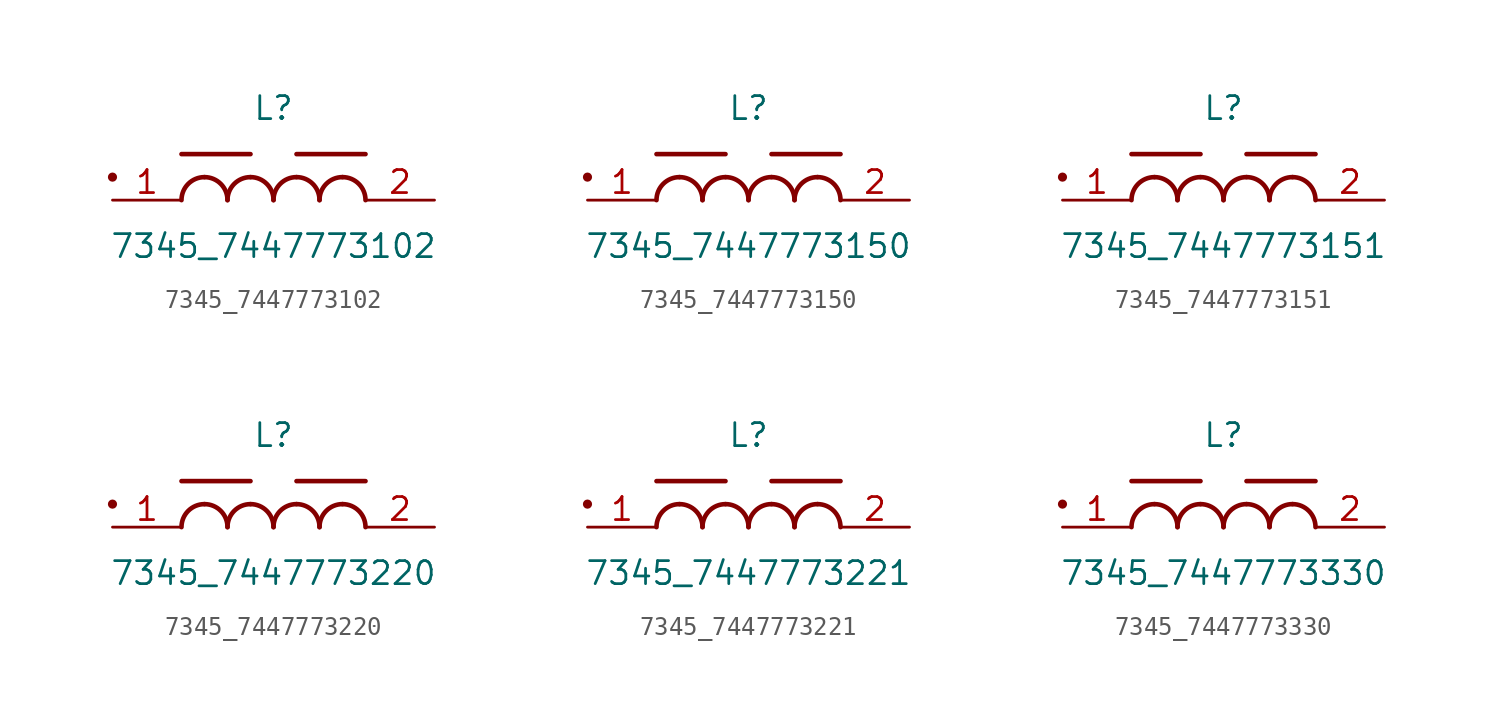
<source format=kicad_sym>
(kicad_symbol_lib
  (version 20211014)
  (generator kicad_symbol_editor)
  (symbol "Inductor_Wurth_WE-PD:7345_7447773102"
    (pin_names hide)
    (property "Reference" "L"
      (at 0 5.08 0)
      (effects (font (size 1.27 1.27))))
    (property "Value" "7345_7447773102"
      (at 0 -2.54 0)
      (effects (font (size 1.27 1.27))))
    (symbol "7345_7447773102_0_1"
      (circle (center -8.89 1.27) (radius 0.0001) (stroke (width 0.254)) (stroke (width 0.254) (type default) (color 0 0 0 0)) (fill (type none)))
      (arc (start -3.81 1.27) (mid -4.708 0.898) (end -5.08 0) (stroke (width 0.254) (type default) (color 0 0 0 0)) (fill (type none)))
      (arc (start -2.54 0) (mid -2.912 0.898) (end -3.81 1.27) (stroke (width 0.254) (type default) (color 0 0 0 0)) (fill (type none)))
      (arc (start -1.2699 1.2701) (mid -2.1679 0.8981) (end -2.5399 0.0001) (stroke (width 0.254) (type default) (color 0 0 0 0)) (fill (type none)))
      (polyline (pts (xy -5.08 2.54) (xy -1.27 2.54)) (stroke (width 0.254) (type default) (color 0 0 0 0)) (fill (type none)))
      (polyline (pts (xy 5.08 2.54) (xy 1.27 2.54)) (stroke (width 0.254) (type default) (color 0 0 0 0)) (fill (type none)))
      (arc (start 0.0001 0.0001) (mid -0.3719 0.8981) (end -1.2699 1.2701) (stroke (width 0.254) (type default) (color 0 0 0 0)) (fill (type none)))
      (arc (start 1.2701 1.2701) (mid 0.3721 0.8981) (end 0.0001 0.0001) (stroke (width 0.254) (type default) (color 0 0 0 0)) (fill (type none)))
      (arc (start 2.5401 0.0001) (mid 2.1681 0.8981) (end 1.2701 1.2701) (stroke (width 0.254) (type default) (color 0 0 0 0)) (fill (type none)))
      (arc (start 3.8101 1.2701) (mid 2.9121 0.8981) (end 2.5401 0.0001) (stroke (width 0.254) (type default) (color 0 0 0 0)) (fill (type none)))
      (arc (start 5.0801 0.0001) (mid 4.7081 0.8981) (end 3.8101 1.2701) (stroke (width 0.254) (type default) (color 0 0 0 0)) (fill (type none))))
    (symbol "7345_7447773102_1_1"
      (pin passive line (at -8.89 0 0) (length 3.81) (name "1" (effects (font (size 1.27 1.27)))) (number "1" (effects (font (size 1.27 1.27)))))
      (pin passive line (at 8.89 0 180) (length 3.81) (name "2" (effects (font (size 1.27 1.27)))) (number "2" (effects (font (size 1.27 1.27)))))))
  (symbol "Inductor_Wurth_WE-PD:7345_7447773150"
    (pin_names hide)
    (property "Reference" "L"
      (at 0 5.08 0)
      (effects (font (size 1.27 1.27))))
    (property "Value" "7345_7447773150"
      (at 0 -2.54 0)
      (effects (font (size 1.27 1.27))))
    (symbol "7345_7447773150_0_1"
      (circle (center -8.89 1.27) (radius 0.0001) (stroke (width 0.254)) (stroke (width 0.254) (type default) (color 0 0 0 0)) (fill (type none)))
      (arc (start -3.81 1.27) (mid -4.708 0.898) (end -5.08 0) (stroke (width 0.254) (type default) (color 0 0 0 0)) (fill (type none)))
      (arc (start -2.54 0) (mid -2.912 0.898) (end -3.81 1.27) (stroke (width 0.254) (type default) (color 0 0 0 0)) (fill (type none)))
      (arc (start -1.2699 1.2701) (mid -2.1679 0.8981) (end -2.5399 0.0001) (stroke (width 0.254) (type default) (color 0 0 0 0)) (fill (type none)))
      (polyline (pts (xy -5.08 2.54) (xy -1.27 2.54)) (stroke (width 0.254) (type default) (color 0 0 0 0)) (fill (type none)))
      (polyline (pts (xy 5.08 2.54) (xy 1.27 2.54)) (stroke (width 0.254) (type default) (color 0 0 0 0)) (fill (type none)))
      (arc (start 0.0001 0.0001) (mid -0.3719 0.8981) (end -1.2699 1.2701) (stroke (width 0.254) (type default) (color 0 0 0 0)) (fill (type none)))
      (arc (start 1.2701 1.2701) (mid 0.3721 0.8981) (end 0.0001 0.0001) (stroke (width 0.254) (type default) (color 0 0 0 0)) (fill (type none)))
      (arc (start 2.5401 0.0001) (mid 2.1681 0.8981) (end 1.2701 1.2701) (stroke (width 0.254) (type default) (color 0 0 0 0)) (fill (type none)))
      (arc (start 3.8101 1.2701) (mid 2.9121 0.8981) (end 2.5401 0.0001) (stroke (width 0.254) (type default) (color 0 0 0 0)) (fill (type none)))
      (arc (start 5.0801 0.0001) (mid 4.7081 0.8981) (end 3.8101 1.2701) (stroke (width 0.254) (type default) (color 0 0 0 0)) (fill (type none))))
    (symbol "7345_7447773150_1_1"
      (pin passive line (at -8.89 0 0) (length 3.81) (name "1" (effects (font (size 1.27 1.27)))) (number "1" (effects (font (size 1.27 1.27)))))
      (pin passive line (at 8.89 0 180) (length 3.81) (name "2" (effects (font (size 1.27 1.27)))) (number "2" (effects (font (size 1.27 1.27)))))))
  (symbol "Inductor_Wurth_WE-PD:7345_7447773151"
    (pin_names hide)
    (property "Reference" "L"
      (at 0 5.08 0)
      (effects (font (size 1.27 1.27))))
    (property "Value" "7345_7447773151"
      (at 0 -2.54 0)
      (effects (font (size 1.27 1.27))))
    (symbol "7345_7447773151_0_1"
      (circle (center -8.89 1.27) (radius 0.0001) (stroke (width 0.254)) (stroke (width 0.254) (type default) (color 0 0 0 0)) (fill (type none)))
      (arc (start -3.81 1.27) (mid -4.708 0.898) (end -5.08 0) (stroke (width 0.254) (type default) (color 0 0 0 0)) (fill (type none)))
      (arc (start -2.54 0) (mid -2.912 0.898) (end -3.81 1.27) (stroke (width 0.254) (type default) (color 0 0 0 0)) (fill (type none)))
      (arc (start -1.2699 1.2701) (mid -2.1679 0.8981) (end -2.5399 0.0001) (stroke (width 0.254) (type default) (color 0 0 0 0)) (fill (type none)))
      (polyline (pts (xy -5.08 2.54) (xy -1.27 2.54)) (stroke (width 0.254) (type default) (color 0 0 0 0)) (fill (type none)))
      (polyline (pts (xy 5.08 2.54) (xy 1.27 2.54)) (stroke (width 0.254) (type default) (color 0 0 0 0)) (fill (type none)))
      (arc (start 0.0001 0.0001) (mid -0.3719 0.8981) (end -1.2699 1.2701) (stroke (width 0.254) (type default) (color 0 0 0 0)) (fill (type none)))
      (arc (start 1.2701 1.2701) (mid 0.3721 0.8981) (end 0.0001 0.0001) (stroke (width 0.254) (type default) (color 0 0 0 0)) (fill (type none)))
      (arc (start 2.5401 0.0001) (mid 2.1681 0.8981) (end 1.2701 1.2701) (stroke (width 0.254) (type default) (color 0 0 0 0)) (fill (type none)))
      (arc (start 3.8101 1.2701) (mid 2.9121 0.8981) (end 2.5401 0.0001) (stroke (width 0.254) (type default) (color 0 0 0 0)) (fill (type none)))
      (arc (start 5.0801 0.0001) (mid 4.7081 0.8981) (end 3.8101 1.2701) (stroke (width 0.254) (type default) (color 0 0 0 0)) (fill (type none))))
    (symbol "7345_7447773151_1_1"
      (pin passive line (at -8.89 0 0) (length 3.81) (name "1" (effects (font (size 1.27 1.27)))) (number "1" (effects (font (size 1.27 1.27)))))
      (pin passive line (at 8.89 0 180) (length 3.81) (name "2" (effects (font (size 1.27 1.27)))) (number "2" (effects (font (size 1.27 1.27)))))))
  (symbol "Inductor_Wurth_WE-PD:7345_7447773220"
    (pin_names hide)
    (property "Reference" "L"
      (at 0 5.08 0)
      (effects (font (size 1.27 1.27))))
    (property "Value" "7345_7447773220"
      (at 0 -2.54 0)
      (effects (font (size 1.27 1.27))))
    (symbol "7345_7447773220_0_1"
      (circle (center -8.89 1.27) (radius 0.0001) (stroke (width 0.254)) (stroke (width 0.254) (type default) (color 0 0 0 0)) (fill (type none)))
      (arc (start -3.81 1.27) (mid -4.708 0.898) (end -5.08 0) (stroke (width 0.254) (type default) (color 0 0 0 0)) (fill (type none)))
      (arc (start -2.54 0) (mid -2.912 0.898) (end -3.81 1.27) (stroke (width 0.254) (type default) (color 0 0 0 0)) (fill (type none)))
      (arc (start -1.2699 1.2701) (mid -2.1679 0.8981) (end -2.5399 0.0001) (stroke (width 0.254) (type default) (color 0 0 0 0)) (fill (type none)))
      (polyline (pts (xy -5.08 2.54) (xy -1.27 2.54)) (stroke (width 0.254) (type default) (color 0 0 0 0)) (fill (type none)))
      (polyline (pts (xy 5.08 2.54) (xy 1.27 2.54)) (stroke (width 0.254) (type default) (color 0 0 0 0)) (fill (type none)))
      (arc (start 0.0001 0.0001) (mid -0.3719 0.8981) (end -1.2699 1.2701) (stroke (width 0.254) (type default) (color 0 0 0 0)) (fill (type none)))
      (arc (start 1.2701 1.2701) (mid 0.3721 0.8981) (end 0.0001 0.0001) (stroke (width 0.254) (type default) (color 0 0 0 0)) (fill (type none)))
      (arc (start 2.5401 0.0001) (mid 2.1681 0.8981) (end 1.2701 1.2701) (stroke (width 0.254) (type default) (color 0 0 0 0)) (fill (type none)))
      (arc (start 3.8101 1.2701) (mid 2.9121 0.8981) (end 2.5401 0.0001) (stroke (width 0.254) (type default) (color 0 0 0 0)) (fill (type none)))
      (arc (start 5.0801 0.0001) (mid 4.7081 0.8981) (end 3.8101 1.2701) (stroke (width 0.254) (type default) (color 0 0 0 0)) (fill (type none))))
    (symbol "7345_7447773220_1_1"
      (pin passive line (at -8.89 0 0) (length 3.81) (name "1" (effects (font (size 1.27 1.27)))) (number "1" (effects (font (size 1.27 1.27)))))
      (pin passive line (at 8.89 0 180) (length 3.81) (name "2" (effects (font (size 1.27 1.27)))) (number "2" (effects (font (size 1.27 1.27)))))))
  (symbol "Inductor_Wurth_WE-PD:7345_7447773221"
    (pin_names hide)
    (property "Reference" "L"
      (at 0 5.08 0)
      (effects (font (size 1.27 1.27))))
    (property "Value" "7345_7447773221"
      (at 0 -2.54 0)
      (effects (font (size 1.27 1.27))))
    (symbol "7345_7447773221_0_1"
      (circle (center -8.89 1.27) (radius 0.0001) (stroke (width 0.254)) (stroke (width 0.254) (type default) (color 0 0 0 0)) (fill (type none)))
      (arc (start -3.81 1.27) (mid -4.708 0.898) (end -5.08 0) (stroke (width 0.254) (type default) (color 0 0 0 0)) (fill (type none)))
      (arc (start -2.54 0) (mid -2.912 0.898) (end -3.81 1.27) (stroke (width 0.254) (type default) (color 0 0 0 0)) (fill (type none)))
      (arc (start -1.2699 1.2701) (mid -2.1679 0.8981) (end -2.5399 0.0001) (stroke (width 0.254) (type default) (color 0 0 0 0)) (fill (type none)))
      (polyline (pts (xy -5.08 2.54) (xy -1.27 2.54)) (stroke (width 0.254) (type default) (color 0 0 0 0)) (fill (type none)))
      (polyline (pts (xy 5.08 2.54) (xy 1.27 2.54)) (stroke (width 0.254) (type default) (color 0 0 0 0)) (fill (type none)))
      (arc (start 0.0001 0.0001) (mid -0.3719 0.8981) (end -1.2699 1.2701) (stroke (width 0.254) (type default) (color 0 0 0 0)) (fill (type none)))
      (arc (start 1.2701 1.2701) (mid 0.3721 0.8981) (end 0.0001 0.0001) (stroke (width 0.254) (type default) (color 0 0 0 0)) (fill (type none)))
      (arc (start 2.5401 0.0001) (mid 2.1681 0.8981) (end 1.2701 1.2701) (stroke (width 0.254) (type default) (color 0 0 0 0)) (fill (type none)))
      (arc (start 3.8101 1.2701) (mid 2.9121 0.8981) (end 2.5401 0.0001) (stroke (width 0.254) (type default) (color 0 0 0 0)) (fill (type none)))
      (arc (start 5.0801 0.0001) (mid 4.7081 0.8981) (end 3.8101 1.2701) (stroke (width 0.254) (type default) (color 0 0 0 0)) (fill (type none))))
    (symbol "7345_7447773221_1_1"
      (pin passive line (at -8.89 0 0) (length 3.81) (name "1" (effects (font (size 1.27 1.27)))) (number "1" (effects (font (size 1.27 1.27)))))
      (pin passive line (at 8.89 0 180) (length 3.81) (name "2" (effects (font (size 1.27 1.27)))) (number "2" (effects (font (size 1.27 1.27)))))))
  (symbol "Inductor_Wurth_WE-PD:7345_7447773330"
    (pin_names hide)
    (property "Reference" "L"
      (at 0 5.08 0)
      (effects (font (size 1.27 1.27))))
    (property "Value" "7345_7447773330"
      (at 0 -2.54 0)
      (effects (font (size 1.27 1.27))))
    (symbol "7345_7447773330_0_1"
      (circle (center -8.89 1.27) (radius 0.0001) (stroke (width 0.254)) (stroke (width 0.254) (type default) (color 0 0 0 0)) (fill (type none)))
      (arc (start -3.81 1.27) (mid -4.708 0.898) (end -5.08 0) (stroke (width 0.254) (type default) (color 0 0 0 0)) (fill (type none)))
      (arc (start -2.54 0) (mid -2.912 0.898) (end -3.81 1.27) (stroke (width 0.254) (type default) (color 0 0 0 0)) (fill (type none)))
      (arc (start -1.2699 1.2701) (mid -2.1679 0.8981) (end -2.5399 0.0001) (stroke (width 0.254) (type default) (color 0 0 0 0)) (fill (type none)))
      (polyline (pts (xy -5.08 2.54) (xy -1.27 2.54)) (stroke (width 0.254) (type default) (color 0 0 0 0)) (fill (type none)))
      (polyline (pts (xy 5.08 2.54) (xy 1.27 2.54)) (stroke (width 0.254) (type default) (color 0 0 0 0)) (fill (type none)))
      (arc (start 0.0001 0.0001) (mid -0.3719 0.8981) (end -1.2699 1.2701) (stroke (width 0.254) (type default) (color 0 0 0 0)) (fill (type none)))
      (arc (start 1.2701 1.2701) (mid 0.3721 0.8981) (end 0.0001 0.0001) (stroke (width 0.254) (type default) (color 0 0 0 0)) (fill (type none)))
      (arc (start 2.5401 0.0001) (mid 2.1681 0.8981) (end 1.2701 1.2701) (stroke (width 0.254) (type default) (color 0 0 0 0)) (fill (type none)))
      (arc (start 3.8101 1.2701) (mid 2.9121 0.8981) (end 2.5401 0.0001) (stroke (width 0.254) (type default) (color 0 0 0 0)) (fill (type none)))
      (arc (start 5.0801 0.0001) (mid 4.7081 0.8981) (end 3.8101 1.2701) (stroke (width 0.254) (type default) (color 0 0 0 0)) (fill (type none))))
    (symbol "7345_7447773330_1_1"
      (pin passive line (at -8.89 0 0) (length 3.81) (name "1" (effects (font (size 1.27 1.27)))) (number "1" (effects (font (size 1.27 1.27)))))
      (pin passive line (at 8.89 0 180) (length 3.81) (name "2" (effects (font (size 1.27 1.27)))) (number "2" (effects (font (size 1.27 1.27))))))))
</source>
